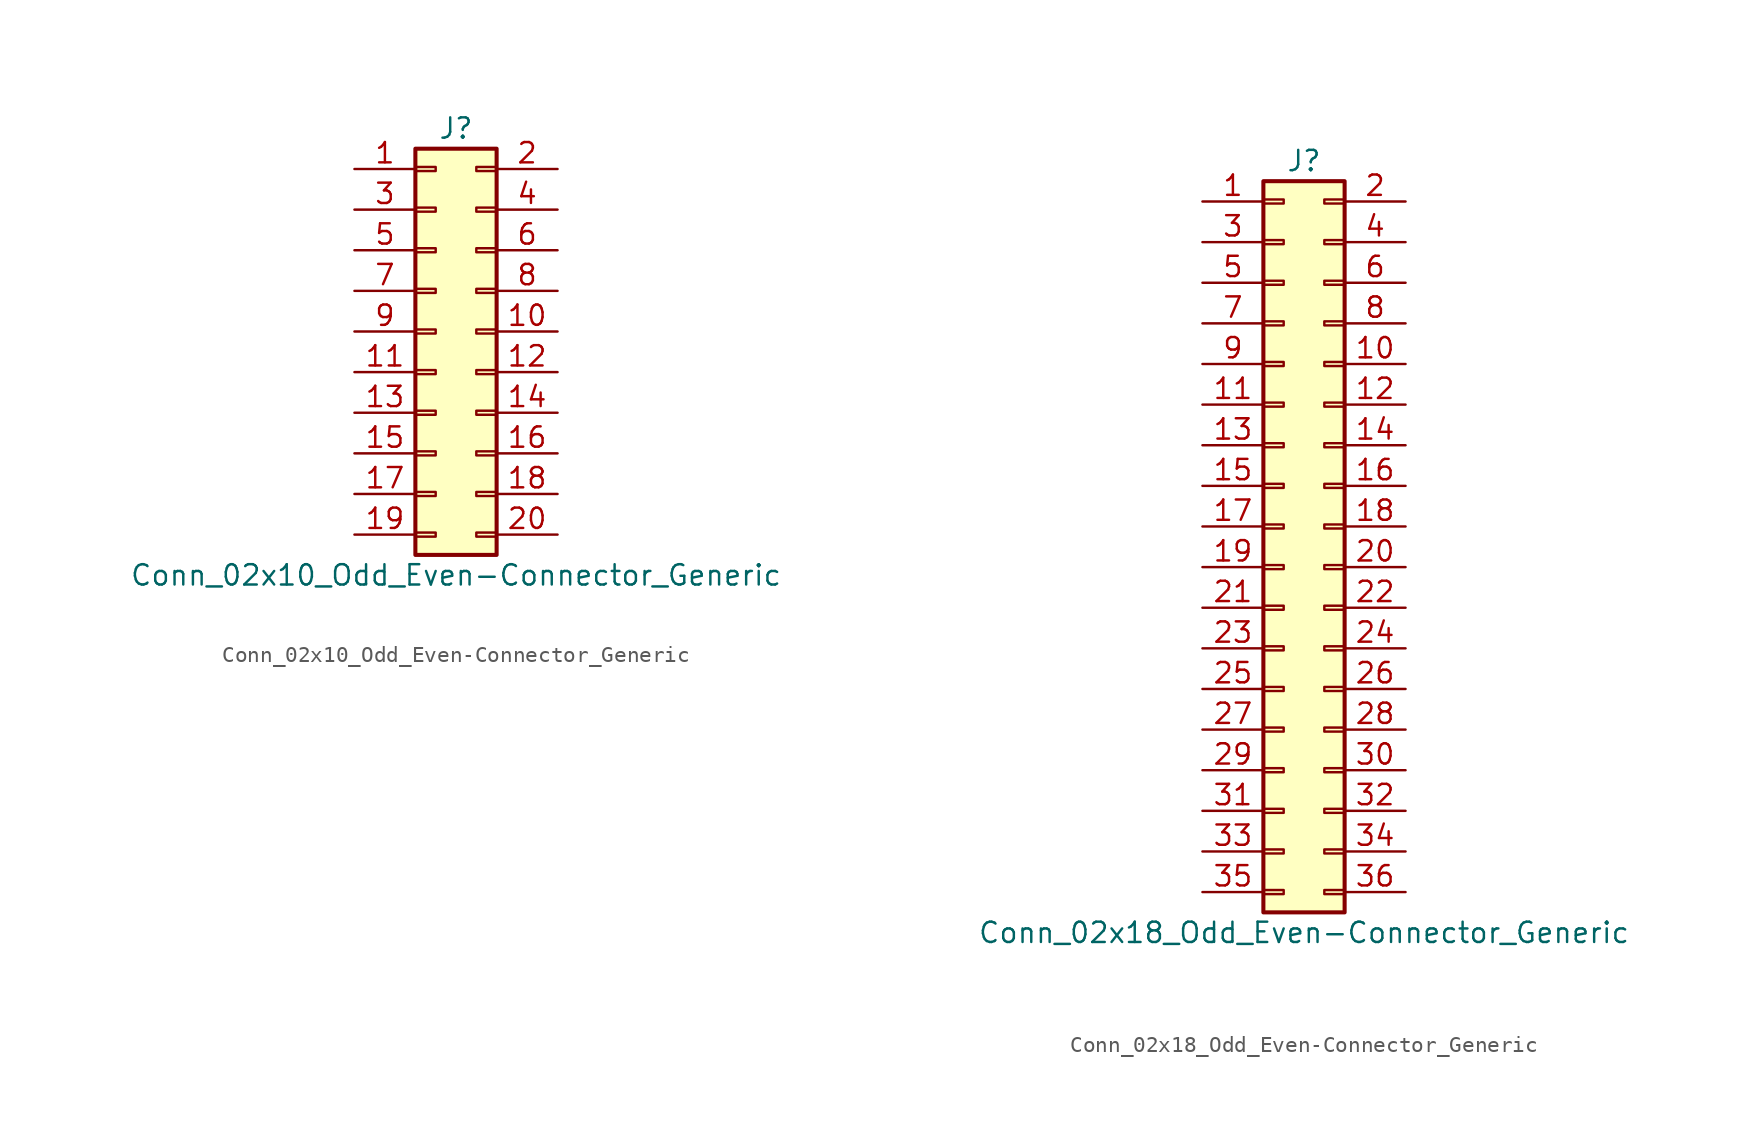
<source format=kicad_sym>
(kicad_symbol_lib
  (version 20210619)
  (generator kicad_symbol_editor)
  (symbol "FreeEEG32-ads131-rescue:Conn_02x10_Odd_Even-Connector_Generic"
    (pin_names
      (offset 1.016) hide)
    (property "Reference" "J"
      (at 1.27 12.7 0)
      (effects (font (size 1.27 1.27))))
    (property "Value" "Conn_02x10_Odd_Even-Connector_Generic"
      (at 1.27 -15.24 0)
      (effects (font (size 1.27 1.27))))
    (symbol "Conn_02x10_Odd_Even-Connector_Generic_1_1"
      (rectangle (start -1.27 -12.573) (end 0 -12.827) (stroke (width 0.152)) (fill (type none)))
      (rectangle (start -1.27 -10.033) (end 0 -10.287) (stroke (width 0.152)) (fill (type none)))
      (rectangle (start -1.27 -7.493) (end 0 -7.747) (stroke (width 0.152)) (fill (type none)))
      (rectangle (start -1.27 -4.953) (end 0 -5.207) (stroke (width 0.152)) (fill (type none)))
      (rectangle (start -1.27 -2.413) (end 0 -2.667) (stroke (width 0.152)) (fill (type none)))
      (rectangle (start -1.27 0.127) (end 0 -0.127) (stroke (width 0.152)) (fill (type none)))
      (rectangle (start -1.27 2.667) (end 0 2.413) (stroke (width 0.152)) (fill (type none)))
      (rectangle (start -1.27 5.207) (end 0 4.953) (stroke (width 0.152)) (fill (type none)))
      (rectangle (start -1.27 7.747) (end 0 7.493) (stroke (width 0.152)) (fill (type none)))
      (rectangle (start -1.27 10.287) (end 0 10.033) (stroke (width 0.152)) (fill (type none)))
      (rectangle (start 3.81 -12.573) (end 2.54 -12.827) (stroke (width 0.152)) (fill (type none)))
      (rectangle (start 3.81 -10.033) (end 2.54 -10.287) (stroke (width 0.152)) (fill (type none)))
      (rectangle (start 3.81 -7.493) (end 2.54 -7.747) (stroke (width 0.152)) (fill (type none)))
      (rectangle (start 3.81 -4.953) (end 2.54 -5.207) (stroke (width 0.152)) (fill (type none)))
      (rectangle (start 3.81 -2.413) (end 2.54 -2.667) (stroke (width 0.152)) (fill (type none)))
      (rectangle (start 3.81 0.127) (end 2.54 -0.127) (stroke (width 0.152)) (fill (type none)))
      (rectangle (start 3.81 2.667) (end 2.54 2.413) (stroke (width 0.152)) (fill (type none)))
      (rectangle (start 3.81 5.207) (end 2.54 4.953) (stroke (width 0.152)) (fill (type none)))
      (rectangle (start 3.81 7.747) (end 2.54 7.493) (stroke (width 0.152)) (fill (type none)))
      (rectangle (start 3.81 10.287) (end 2.54 10.033) (stroke (width 0.152)) (fill (type none)))
      (rectangle (start -1.27 11.43) (end 3.81 -13.97) (stroke (width 0.254)) (fill (type background)))
      (pin passive line (at -5.08 10.16 0) (length 3.81) (name "Pin_1" (effects (font (size 1.27 1.27)))) (number "1" (effects (font (size 1.27 1.27)))))
      (pin passive line (at 7.62 0 180) (length 3.81) (name "Pin_10" (effects (font (size 1.27 1.27)))) (number "10" (effects (font (size 1.27 1.27)))))
      (pin passive line (at -5.08 -2.54 0) (length 3.81) (name "Pin_11" (effects (font (size 1.27 1.27)))) (number "11" (effects (font (size 1.27 1.27)))))
      (pin passive line (at 7.62 -2.54 180) (length 3.81) (name "Pin_12" (effects (font (size 1.27 1.27)))) (number "12" (effects (font (size 1.27 1.27)))))
      (pin passive line (at -5.08 -5.08 0) (length 3.81) (name "Pin_13" (effects (font (size 1.27 1.27)))) (number "13" (effects (font (size 1.27 1.27)))))
      (pin passive line (at 7.62 -5.08 180) (length 3.81) (name "Pin_14" (effects (font (size 1.27 1.27)))) (number "14" (effects (font (size 1.27 1.27)))))
      (pin passive line (at -5.08 -7.62 0) (length 3.81) (name "Pin_15" (effects (font (size 1.27 1.27)))) (number "15" (effects (font (size 1.27 1.27)))))
      (pin passive line (at 7.62 -7.62 180) (length 3.81) (name "Pin_16" (effects (font (size 1.27 1.27)))) (number "16" (effects (font (size 1.27 1.27)))))
      (pin passive line (at -5.08 -10.16 0) (length 3.81) (name "Pin_17" (effects (font (size 1.27 1.27)))) (number "17" (effects (font (size 1.27 1.27)))))
      (pin passive line (at 7.62 -10.16 180) (length 3.81) (name "Pin_18" (effects (font (size 1.27 1.27)))) (number "18" (effects (font (size 1.27 1.27)))))
      (pin passive line (at -5.08 -12.7 0) (length 3.81) (name "Pin_19" (effects (font (size 1.27 1.27)))) (number "19" (effects (font (size 1.27 1.27)))))
      (pin passive line (at 7.62 10.16 180) (length 3.81) (name "Pin_2" (effects (font (size 1.27 1.27)))) (number "2" (effects (font (size 1.27 1.27)))))
      (pin passive line (at 7.62 -12.7 180) (length 3.81) (name "Pin_20" (effects (font (size 1.27 1.27)))) (number "20" (effects (font (size 1.27 1.27)))))
      (pin passive line (at -5.08 7.62 0) (length 3.81) (name "Pin_3" (effects (font (size 1.27 1.27)))) (number "3" (effects (font (size 1.27 1.27)))))
      (pin passive line (at 7.62 7.62 180) (length 3.81) (name "Pin_4" (effects (font (size 1.27 1.27)))) (number "4" (effects (font (size 1.27 1.27)))))
      (pin passive line (at -5.08 5.08 0) (length 3.81) (name "Pin_5" (effects (font (size 1.27 1.27)))) (number "5" (effects (font (size 1.27 1.27)))))
      (pin passive line (at 7.62 5.08 180) (length 3.81) (name "Pin_6" (effects (font (size 1.27 1.27)))) (number "6" (effects (font (size 1.27 1.27)))))
      (pin passive line (at -5.08 2.54 0) (length 3.81) (name "Pin_7" (effects (font (size 1.27 1.27)))) (number "7" (effects (font (size 1.27 1.27)))))
      (pin passive line (at 7.62 2.54 180) (length 3.81) (name "Pin_8" (effects (font (size 1.27 1.27)))) (number "8" (effects (font (size 1.27 1.27)))))
      (pin passive line (at -5.08 0 0) (length 3.81) (name "Pin_9" (effects (font (size 1.27 1.27)))) (number "9" (effects (font (size 1.27 1.27)))))))
  (symbol "FreeEEG32-ads131-rescue:Conn_02x18_Odd_Even-Connector_Generic"
    (pin_names
      (offset 1.016) hide)
    (property "Reference" "J"
      (at 1.27 22.86 0)
      (effects (font (size 1.27 1.27))))
    (property "Value" "Conn_02x18_Odd_Even-Connector_Generic"
      (at 1.27 -25.4 0)
      (effects (font (size 1.27 1.27))))
    (symbol "Conn_02x18_Odd_Even-Connector_Generic_1_1"
      (rectangle (start -1.27 -22.733) (end 0 -22.987) (stroke (width 0.152)) (fill (type none)))
      (rectangle (start -1.27 -20.193) (end 0 -20.447) (stroke (width 0.152)) (fill (type none)))
      (rectangle (start -1.27 -17.653) (end 0 -17.907) (stroke (width 0.152)) (fill (type none)))
      (rectangle (start -1.27 -15.113) (end 0 -15.367) (stroke (width 0.152)) (fill (type none)))
      (rectangle (start -1.27 -12.573) (end 0 -12.827) (stroke (width 0.152)) (fill (type none)))
      (rectangle (start -1.27 -10.033) (end 0 -10.287) (stroke (width 0.152)) (fill (type none)))
      (rectangle (start -1.27 -7.493) (end 0 -7.747) (stroke (width 0.152)) (fill (type none)))
      (rectangle (start -1.27 -4.953) (end 0 -5.207) (stroke (width 0.152)) (fill (type none)))
      (rectangle (start -1.27 -2.413) (end 0 -2.667) (stroke (width 0.152)) (fill (type none)))
      (rectangle (start -1.27 0.127) (end 0 -0.127) (stroke (width 0.152)) (fill (type none)))
      (rectangle (start -1.27 2.667) (end 0 2.413) (stroke (width 0.152)) (fill (type none)))
      (rectangle (start -1.27 5.207) (end 0 4.953) (stroke (width 0.152)) (fill (type none)))
      (rectangle (start -1.27 7.747) (end 0 7.493) (stroke (width 0.152)) (fill (type none)))
      (rectangle (start -1.27 10.287) (end 0 10.033) (stroke (width 0.152)) (fill (type none)))
      (rectangle (start -1.27 12.827) (end 0 12.573) (stroke (width 0.152)) (fill (type none)))
      (rectangle (start -1.27 15.367) (end 0 15.113) (stroke (width 0.152)) (fill (type none)))
      (rectangle (start -1.27 17.907) (end 0 17.653) (stroke (width 0.152)) (fill (type none)))
      (rectangle (start -1.27 20.447) (end 0 20.193) (stroke (width 0.152)) (fill (type none)))
      (rectangle (start 3.81 -22.733) (end 2.54 -22.987) (stroke (width 0.152)) (fill (type none)))
      (rectangle (start 3.81 -20.193) (end 2.54 -20.447) (stroke (width 0.152)) (fill (type none)))
      (rectangle (start 3.81 -17.653) (end 2.54 -17.907) (stroke (width 0.152)) (fill (type none)))
      (rectangle (start 3.81 -15.113) (end 2.54 -15.367) (stroke (width 0.152)) (fill (type none)))
      (rectangle (start 3.81 -12.573) (end 2.54 -12.827) (stroke (width 0.152)) (fill (type none)))
      (rectangle (start 3.81 -10.033) (end 2.54 -10.287) (stroke (width 0.152)) (fill (type none)))
      (rectangle (start 3.81 -7.493) (end 2.54 -7.747) (stroke (width 0.152)) (fill (type none)))
      (rectangle (start 3.81 -4.953) (end 2.54 -5.207) (stroke (width 0.152)) (fill (type none)))
      (rectangle (start 3.81 -2.413) (end 2.54 -2.667) (stroke (width 0.152)) (fill (type none)))
      (rectangle (start 3.81 0.127) (end 2.54 -0.127) (stroke (width 0.152)) (fill (type none)))
      (rectangle (start 3.81 2.667) (end 2.54 2.413) (stroke (width 0.152)) (fill (type none)))
      (rectangle (start 3.81 5.207) (end 2.54 4.953) (stroke (width 0.152)) (fill (type none)))
      (rectangle (start 3.81 7.747) (end 2.54 7.493) (stroke (width 0.152)) (fill (type none)))
      (rectangle (start 3.81 10.287) (end 2.54 10.033) (stroke (width 0.152)) (fill (type none)))
      (rectangle (start 3.81 12.827) (end 2.54 12.573) (stroke (width 0.152)) (fill (type none)))
      (rectangle (start 3.81 15.367) (end 2.54 15.113) (stroke (width 0.152)) (fill (type none)))
      (rectangle (start 3.81 17.907) (end 2.54 17.653) (stroke (width 0.152)) (fill (type none)))
      (rectangle (start 3.81 20.447) (end 2.54 20.193) (stroke (width 0.152)) (fill (type none)))
      (rectangle (start -1.27 21.59) (end 3.81 -24.13) (stroke (width 0.254)) (fill (type background)))
      (pin passive line (at -5.08 20.32 0) (length 3.81) (name "Pin_1" (effects (font (size 1.27 1.27)))) (number "1" (effects (font (size 1.27 1.27)))))
      (pin passive line (at 7.62 10.16 180) (length 3.81) (name "Pin_10" (effects (font (size 1.27 1.27)))) (number "10" (effects (font (size 1.27 1.27)))))
      (pin passive line (at -5.08 7.62 0) (length 3.81) (name "Pin_11" (effects (font (size 1.27 1.27)))) (number "11" (effects (font (size 1.27 1.27)))))
      (pin passive line (at 7.62 7.62 180) (length 3.81) (name "Pin_12" (effects (font (size 1.27 1.27)))) (number "12" (effects (font (size 1.27 1.27)))))
      (pin passive line (at -5.08 5.08 0) (length 3.81) (name "Pin_13" (effects (font (size 1.27 1.27)))) (number "13" (effects (font (size 1.27 1.27)))))
      (pin passive line (at 7.62 5.08 180) (length 3.81) (name "Pin_14" (effects (font (size 1.27 1.27)))) (number "14" (effects (font (size 1.27 1.27)))))
      (pin passive line (at -5.08 2.54 0) (length 3.81) (name "Pin_15" (effects (font (size 1.27 1.27)))) (number "15" (effects (font (size 1.27 1.27)))))
      (pin passive line (at 7.62 2.54 180) (length 3.81) (name "Pin_16" (effects (font (size 1.27 1.27)))) (number "16" (effects (font (size 1.27 1.27)))))
      (pin passive line (at -5.08 0 0) (length 3.81) (name "Pin_17" (effects (font (size 1.27 1.27)))) (number "17" (effects (font (size 1.27 1.27)))))
      (pin passive line (at 7.62 0 180) (length 3.81) (name "Pin_18" (effects (font (size 1.27 1.27)))) (number "18" (effects (font (size 1.27 1.27)))))
      (pin passive line (at -5.08 -2.54 0) (length 3.81) (name "Pin_19" (effects (font (size 1.27 1.27)))) (number "19" (effects (font (size 1.27 1.27)))))
      (pin passive line (at 7.62 20.32 180) (length 3.81) (name "Pin_2" (effects (font (size 1.27 1.27)))) (number "2" (effects (font (size 1.27 1.27)))))
      (pin passive line (at 7.62 -2.54 180) (length 3.81) (name "Pin_20" (effects (font (size 1.27 1.27)))) (number "20" (effects (font (size 1.27 1.27)))))
      (pin passive line (at -5.08 -5.08 0) (length 3.81) (name "Pin_21" (effects (font (size 1.27 1.27)))) (number "21" (effects (font (size 1.27 1.27)))))
      (pin passive line (at 7.62 -5.08 180) (length 3.81) (name "Pin_22" (effects (font (size 1.27 1.27)))) (number "22" (effects (font (size 1.27 1.27)))))
      (pin passive line (at -5.08 -7.62 0) (length 3.81) (name "Pin_23" (effects (font (size 1.27 1.27)))) (number "23" (effects (font (size 1.27 1.27)))))
      (pin passive line (at 7.62 -7.62 180) (length 3.81) (name "Pin_24" (effects (font (size 1.27 1.27)))) (number "24" (effects (font (size 1.27 1.27)))))
      (pin passive line (at -5.08 -10.16 0) (length 3.81) (name "Pin_25" (effects (font (size 1.27 1.27)))) (number "25" (effects (font (size 1.27 1.27)))))
      (pin passive line (at 7.62 -10.16 180) (length 3.81) (name "Pin_26" (effects (font (size 1.27 1.27)))) (number "26" (effects (font (size 1.27 1.27)))))
      (pin passive line (at -5.08 -12.7 0) (length 3.81) (name "Pin_27" (effects (font (size 1.27 1.27)))) (number "27" (effects (font (size 1.27 1.27)))))
      (pin passive line (at 7.62 -12.7 180) (length 3.81) (name "Pin_28" (effects (font (size 1.27 1.27)))) (number "28" (effects (font (size 1.27 1.27)))))
      (pin passive line (at -5.08 -15.24 0) (length 3.81) (name "Pin_29" (effects (font (size 1.27 1.27)))) (number "29" (effects (font (size 1.27 1.27)))))
      (pin passive line (at -5.08 17.78 0) (length 3.81) (name "Pin_3" (effects (font (size 1.27 1.27)))) (number "3" (effects (font (size 1.27 1.27)))))
      (pin passive line (at 7.62 -15.24 180) (length 3.81) (name "Pin_30" (effects (font (size 1.27 1.27)))) (number "30" (effects (font (size 1.27 1.27)))))
      (pin passive line (at -5.08 -17.78 0) (length 3.81) (name "Pin_31" (effects (font (size 1.27 1.27)))) (number "31" (effects (font (size 1.27 1.27)))))
      (pin passive line (at 7.62 -17.78 180) (length 3.81) (name "Pin_32" (effects (font (size 1.27 1.27)))) (number "32" (effects (font (size 1.27 1.27)))))
      (pin passive line (at -5.08 -20.32 0) (length 3.81) (name "Pin_33" (effects (font (size 1.27 1.27)))) (number "33" (effects (font (size 1.27 1.27)))))
      (pin passive line (at 7.62 -20.32 180) (length 3.81) (name "Pin_34" (effects (font (size 1.27 1.27)))) (number "34" (effects (font (size 1.27 1.27)))))
      (pin passive line (at -5.08 -22.86 0) (length 3.81) (name "Pin_35" (effects (font (size 1.27 1.27)))) (number "35" (effects (font (size 1.27 1.27)))))
      (pin passive line (at 7.62 -22.86 180) (length 3.81) (name "Pin_36" (effects (font (size 1.27 1.27)))) (number "36" (effects (font (size 1.27 1.27)))))
      (pin passive line (at 7.62 17.78 180) (length 3.81) (name "Pin_4" (effects (font (size 1.27 1.27)))) (number "4" (effects (font (size 1.27 1.27)))))
      (pin passive line (at -5.08 15.24 0) (length 3.81) (name "Pin_5" (effects (font (size 1.27 1.27)))) (number "5" (effects (font (size 1.27 1.27)))))
      (pin passive line (at 7.62 15.24 180) (length 3.81) (name "Pin_6" (effects (font (size 1.27 1.27)))) (number "6" (effects (font (size 1.27 1.27)))))
      (pin passive line (at -5.08 12.7 0) (length 3.81) (name "Pin_7" (effects (font (size 1.27 1.27)))) (number "7" (effects (font (size 1.27 1.27)))))
      (pin passive line (at 7.62 12.7 180) (length 3.81) (name "Pin_8" (effects (font (size 1.27 1.27)))) (number "8" (effects (font (size 1.27 1.27)))))
      (pin passive line (at -5.08 10.16 0) (length 3.81) (name "Pin_9" (effects (font (size 1.27 1.27)))) (number "9" (effects (font (size 1.27 1.27))))))))
</source>
